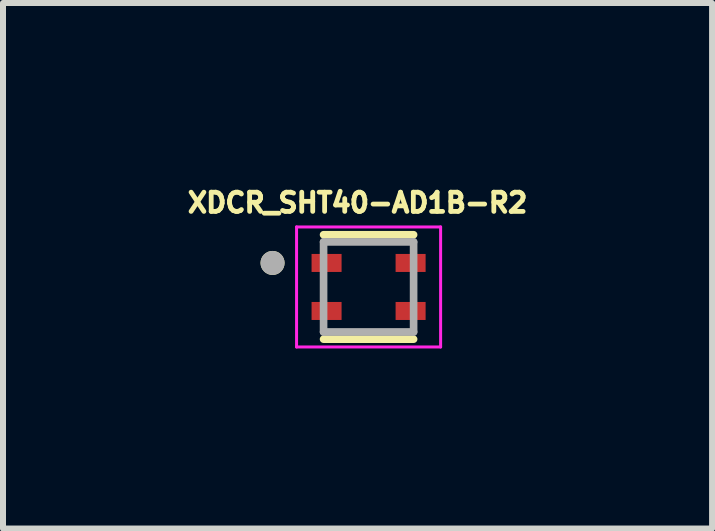
<source format=kicad_pcb>
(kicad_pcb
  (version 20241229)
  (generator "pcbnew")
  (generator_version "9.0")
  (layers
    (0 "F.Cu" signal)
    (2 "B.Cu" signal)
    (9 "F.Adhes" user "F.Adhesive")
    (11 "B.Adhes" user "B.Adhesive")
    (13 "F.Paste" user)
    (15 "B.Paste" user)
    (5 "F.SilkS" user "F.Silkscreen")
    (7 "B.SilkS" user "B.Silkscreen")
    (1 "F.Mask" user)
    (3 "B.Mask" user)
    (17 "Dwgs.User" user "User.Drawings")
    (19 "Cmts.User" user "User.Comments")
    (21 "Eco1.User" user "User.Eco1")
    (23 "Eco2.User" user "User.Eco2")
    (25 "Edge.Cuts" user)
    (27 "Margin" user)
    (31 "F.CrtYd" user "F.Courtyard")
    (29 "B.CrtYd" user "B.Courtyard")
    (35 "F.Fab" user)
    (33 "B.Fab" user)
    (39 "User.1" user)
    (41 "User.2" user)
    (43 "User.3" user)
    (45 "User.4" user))
  (footprint "XDCR_SHT40-AD1B-R2"
    (layer "F.Cu")
    (at 3.091 1.731)
    (property "Reference" "XDCR_SHT40-AD1B-R2" (at -0.184 -1.403 0) (layer "F.SilkS") (effects (font (size 0.32 0.32) (thickness 0.15))))
    (attr through_hole)
    (fp_line (start -0.75 0.87) (end 0.75 0.87) (stroke (width 0.127) (type solid)) (layer "F.SilkS"))
    (fp_line (start 0.75 -0.87) (end -0.75 -0.87) (stroke (width 0.127) (type solid)) (layer "F.SilkS"))
    (fp_circle (center -1.6 -0.4) (end -1.5 -0.4) (stroke (width 0.2) (type solid)) (fill no) (layer "F.SilkS"))
    (fp_line (start -1.2 -1) (end -1.2 1) (stroke (width 0.05) (type solid)) (layer "F.CrtYd"))
    (fp_line (start -1.2 1) (end 1.2 1) (stroke (width 0.05) (type solid)) (layer "F.CrtYd"))
    (fp_line (start 1.2 -1) (end -1.2 -1) (stroke (width 0.05) (type solid)) (layer "F.CrtYd"))
    (fp_line (start 1.2 1) (end 1.2 -1) (stroke (width 0.05) (type solid)) (layer "F.CrtYd"))
    (fp_line (start -0.75 -0.75) (end -0.75 0.75) (stroke (width 0.127) (type solid)) (layer "F.Fab"))
    (fp_line (start -0.75 0.75) (end 0.75 0.75) (stroke (width 0.127) (type solid)) (layer "F.Fab"))
    (fp_line (start 0.75 -0.75) (end -0.75 -0.75) (stroke (width 0.127) (type solid)) (layer "F.Fab"))
    (fp_line (start 0.75 0.75) (end 0.75 -0.75) (stroke (width 0.127) (type solid)) (layer "F.Fab"))
    (fp_circle (center -1.6 -0.4) (end -1.5 -0.4) (stroke (width 0.2) (type solid)) (fill no) (layer "F.Fab"))
    (pad "1" smd rect (at -0.7 -0.4) (size 0.5 0.3) (layers "F.Cu" "F.Mask" "F.Paste"))
    (pad "2" smd rect (at -0.7 0.4) (size 0.5 0.3) (layers "F.Cu" "F.Mask" "F.Paste"))
    (pad "3" smd rect (at 0.7 0.4) (size 0.5 0.3) (layers "F.Cu" "F.Mask" "F.Paste"))
    (pad "4" smd rect (at 0.7 -0.4) (size 0.5 0.3) (layers "F.Cu" "F.Mask" "F.Paste"))
    (zone (net_name "") (layer "F.Cu") (hatch full 0.508) (connect_pads) (min_thickness 0.01) (filled_areas_thickness no) (keepout (tracks not_allowed) (vias not_allowed) (pads not_allowed) (copperpour not_allowed) (footprints allowed)) (placement (enabled no)) (fill) (polygon (pts (xy 2.341 0.981) (xy 3.841 0.981) (xy 3.841 1.181) (xy 3.541 1.181) (xy 3.541 1.481) (xy 3.841 1.481) (xy 3.841 1.981) (xy 3.541 1.981) (xy 3.541 2.281) (xy 3.841 2.281) (xy 3.841 2.481) (xy 2.341 2.481) (xy 2.341 2.281) (xy 2.641 2.281) (xy 2.641 1.981) (xy 2.341 1.981) (xy 2.341 1.481) (xy 2.641 1.481) (xy 2.641 1.181) (xy 2.341 1.181))))
    (zone (net_name "") (layers "F.Cu" "B.Cu") (hatch full 0.508) (connect_pads) (min_thickness 0.01) (filled_areas_thickness no) (keepout (tracks allowed) (vias not_allowed) (pads allowed) (copperpour allowed) (footprints allowed)) (placement (enabled no)) (fill) (polygon (pts (xy 2.341 0.981) (xy 3.841 0.981) (xy 3.841 1.181) (xy 3.541 1.181) (xy 3.541 1.481) (xy 3.841 1.481) (xy 3.841 1.981) (xy 3.541 1.981) (xy 3.541 2.281) (xy 3.841 2.281) (xy 3.841 2.481) (xy 2.341 2.481) (xy 2.341 2.281) (xy 2.641 2.281) (xy 2.641 1.981) (xy 2.341 1.981) (xy 2.341 1.481) (xy 2.641 1.481) (xy 2.641 1.181) (xy 2.341 1.181)))))
  (gr_rect
    (start -3 -3)
    (end 8.814 5.756)
    (stroke (width 0.1) (type default))
    (fill no)
    (layer "Edge.Cuts")))
</source>
